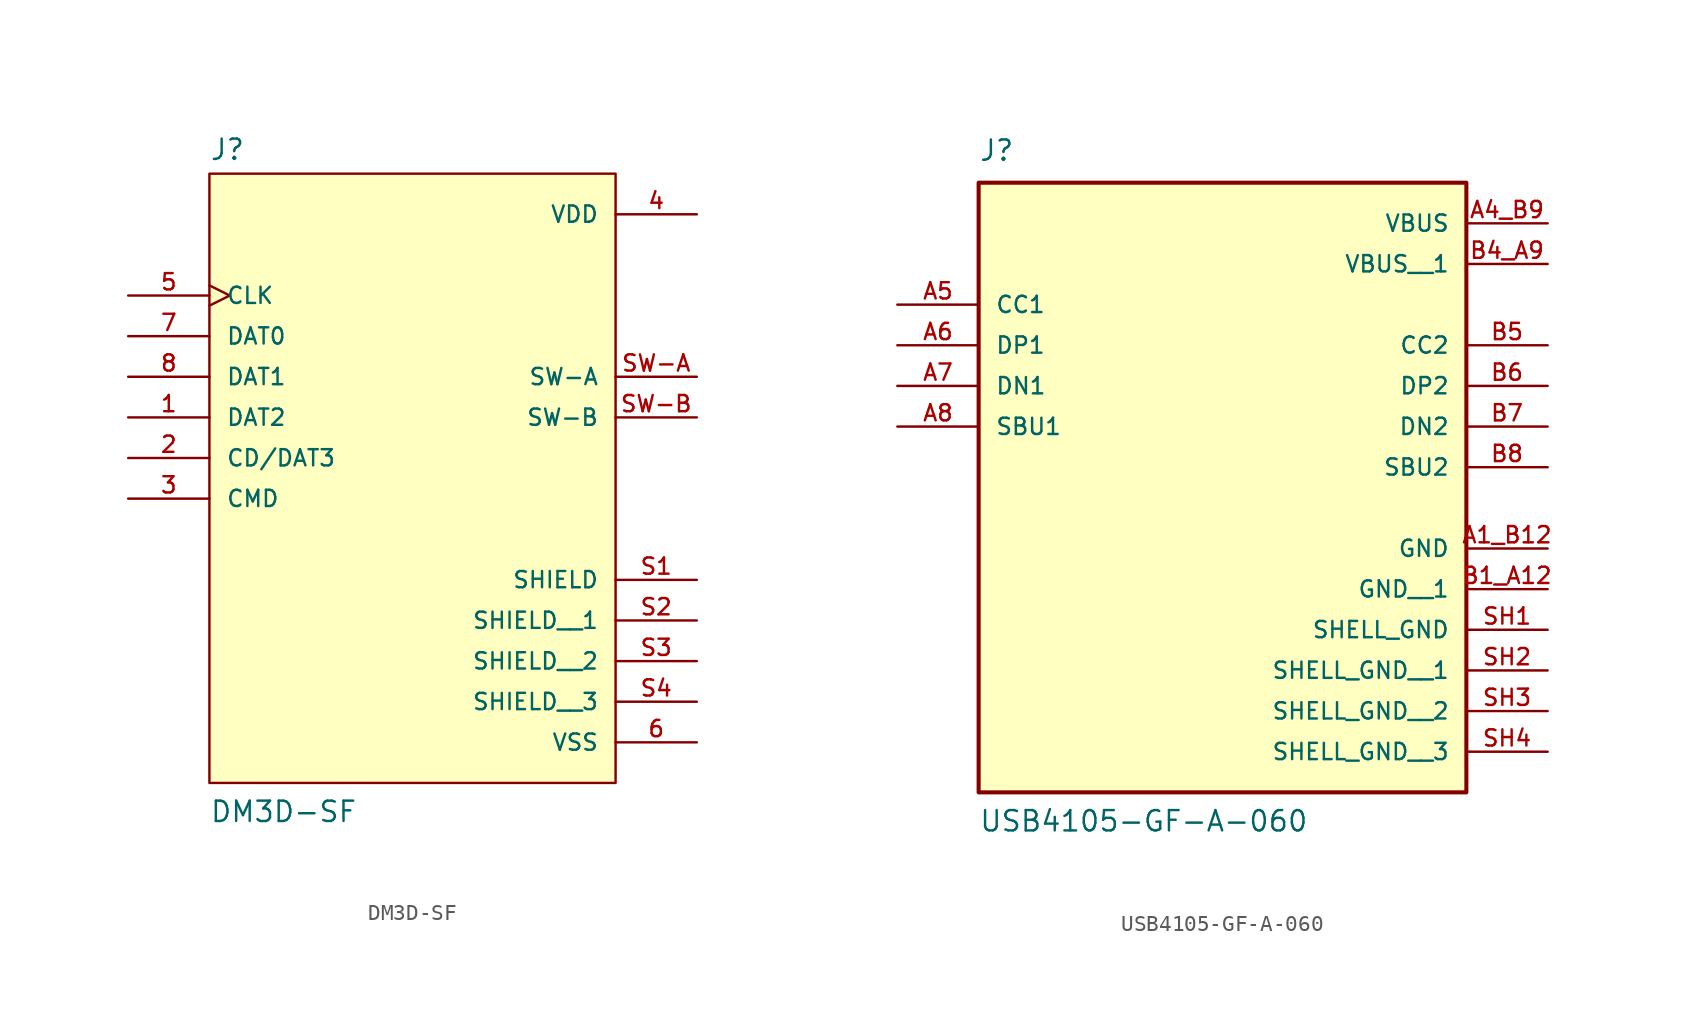
<source format=kicad_sym>
(kicad_symbol_lib
  (version 20241209)
  (generator "kicad_symbol_editor")
  (generator_version "9.0")
  (symbol "DM3D-SF"
    (pin_names
      (offset 1.016))
    (property "Reference" "J"
      (at -12.7 16.002 0)
      (effects (font (size 1.27 1.27)) (justify left bottom)))
    (property "Value" "DM3D-SF"
      (at -12.7 -25.4 0)
      (effects (font (size 1.27 1.27)) (justify left bottom)))
    (symbol "DM3D-SF_0_0"
      (rectangle (start -12.7 -22.86) (end 12.7 15.24) (stroke (width 0.152) (type default)) (fill (type background)))
      (pin bidirectional clock (at -17.78 7.62 0) (length 5.08) (name "CLK" (effects (font (size 1.016 1.016)))) (number "5" (effects (font (size 1.016 1.016)))))
      (pin bidirectional line (at -17.78 5.08 0) (length 5.08) (name "DAT0" (effects (font (size 1.016 1.016)))) (number "7" (effects (font (size 1.016 1.016)))))
      (pin bidirectional line (at -17.78 2.54 0) (length 5.08) (name "DAT1" (effects (font (size 1.016 1.016)))) (number "8" (effects (font (size 1.016 1.016)))))
      (pin bidirectional line (at -17.78 0 0) (length 5.08) (name "DAT2" (effects (font (size 1.016 1.016)))) (number "1" (effects (font (size 1.016 1.016)))))
      (pin bidirectional line (at -17.78 -2.54 0) (length 5.08) (name "CD/DAT3" (effects (font (size 1.016 1.016)))) (number "2" (effects (font (size 1.016 1.016)))))
      (pin bidirectional line (at -17.78 -5.08 0) (length 5.08) (name "CMD" (effects (font (size 1.016 1.016)))) (number "3" (effects (font (size 1.016 1.016)))))
      (pin power_in line (at 17.78 12.7 180) (length 5.08) (name "VDD" (effects (font (size 1.016 1.016)))) (number "4" (effects (font (size 1.016 1.016)))))
      (pin bidirectional line (at 17.78 2.54 180) (length 5.08) (name "SW-A" (effects (font (size 1.016 1.016)))) (number "SW-A" (effects (font (size 1.016 1.016)))))
      (pin bidirectional line (at 17.78 0 180) (length 5.08) (name "SW-B" (effects (font (size 1.016 1.016)))) (number "SW-B" (effects (font (size 1.016 1.016)))))
      (pin passive line (at 17.78 -10.16 180) (length 5.08) (name "SHIELD" (effects (font (size 1.016 1.016)))) (number "S1" (effects (font (size 1.016 1.016)))))
      (pin passive line (at 17.78 -12.7 180) (length 5.08) (name "SHIELD__1" (effects (font (size 1.016 1.016)))) (number "S2" (effects (font (size 1.016 1.016)))))
      (pin passive line (at 17.78 -15.24 180) (length 5.08) (name "SHIELD__2" (effects (font (size 1.016 1.016)))) (number "S3" (effects (font (size 1.016 1.016)))))
      (pin passive line (at 17.78 -17.78 180) (length 5.08) (name "SHIELD__3" (effects (font (size 1.016 1.016)))) (number "S4" (effects (font (size 1.016 1.016)))))
      (pin power_in line (at 17.78 -20.32 180) (length 5.08) (name "VSS" (effects (font (size 1.016 1.016)))) (number "6" (effects (font (size 1.016 1.016)))))))
  (symbol "USB4105-GF-A-060"
    (pin_names
      (offset 1.016))
    (property "Reference" "J"
      (at -15.24 13.97 0)
      (effects (font (size 1.27 1.27)) (justify left bottom)))
    (property "Value" "USB4105-GF-A-060"
      (at -15.24 -27.94 0)
      (effects (font (size 1.27 1.27)) (justify left bottom)))
    (symbol "USB4105-GF-A-060_0_0"
      (rectangle (start -15.24 -25.4) (end 15.24 12.7) (stroke (width 0.254) (type default)) (fill (type background)))
      (pin bidirectional line (at -20.32 5.08 0) (length 5.08) (name "CC1" (effects (font (size 1.016 1.016)))) (number "A5" (effects (font (size 1.016 1.016)))))
      (pin bidirectional line (at -20.32 2.54 0) (length 5.08) (name "DP1" (effects (font (size 1.016 1.016)))) (number "A6" (effects (font (size 1.016 1.016)))))
      (pin bidirectional line (at -20.32 0 0) (length 5.08) (name "DN1" (effects (font (size 1.016 1.016)))) (number "A7" (effects (font (size 1.016 1.016)))))
      (pin bidirectional line (at -20.32 -2.54 0) (length 5.08) (name "SBU1" (effects (font (size 1.016 1.016)))) (number "A8" (effects (font (size 1.016 1.016)))))
      (pin power_in line (at 20.32 10.16 180) (length 5.08) (name "VBUS" (effects (font (size 1.016 1.016)))) (number "A4_B9" (effects (font (size 1.016 1.016)))))
      (pin power_in line (at 20.32 7.62 180) (length 5.08) (name "VBUS__1" (effects (font (size 1.016 1.016)))) (number "B4_A9" (effects (font (size 1.016 1.016)))))
      (pin bidirectional line (at 20.32 2.54 180) (length 5.08) (name "CC2" (effects (font (size 1.016 1.016)))) (number "B5" (effects (font (size 1.016 1.016)))))
      (pin bidirectional line (at 20.32 0 180) (length 5.08) (name "DP2" (effects (font (size 1.016 1.016)))) (number "B6" (effects (font (size 1.016 1.016)))))
      (pin bidirectional line (at 20.32 -2.54 180) (length 5.08) (name "DN2" (effects (font (size 1.016 1.016)))) (number "B7" (effects (font (size 1.016 1.016)))))
      (pin bidirectional line (at 20.32 -5.08 180) (length 5.08) (name "SBU2" (effects (font (size 1.016 1.016)))) (number "B8" (effects (font (size 1.016 1.016)))))
      (pin power_in line (at 20.32 -10.16 180) (length 5.08) (name "GND" (effects (font (size 1.016 1.016)))) (number "A1_B12" (effects (font (size 1.016 1.016)))))
      (pin power_in line (at 20.32 -12.7 180) (length 5.08) (name "GND__1" (effects (font (size 1.016 1.016)))) (number "B1_A12" (effects (font (size 1.016 1.016)))))
      (pin power_in line (at 20.32 -15.24 180) (length 5.08) (name "SHELL_GND" (effects (font (size 1.016 1.016)))) (number "SH1" (effects (font (size 1.016 1.016)))))
      (pin power_in line (at 20.32 -17.78 180) (length 5.08) (name "SHELL_GND__1" (effects (font (size 1.016 1.016)))) (number "SH2" (effects (font (size 1.016 1.016)))))
      (pin power_in line (at 20.32 -20.32 180) (length 5.08) (name "SHELL_GND__2" (effects (font (size 1.016 1.016)))) (number "SH3" (effects (font (size 1.016 1.016)))))
      (pin power_in line (at 20.32 -22.86 180) (length 5.08) (name "SHELL_GND__3" (effects (font (size 1.016 1.016)))) (number "SH4" (effects (font (size 1.016 1.016))))))))
</source>
